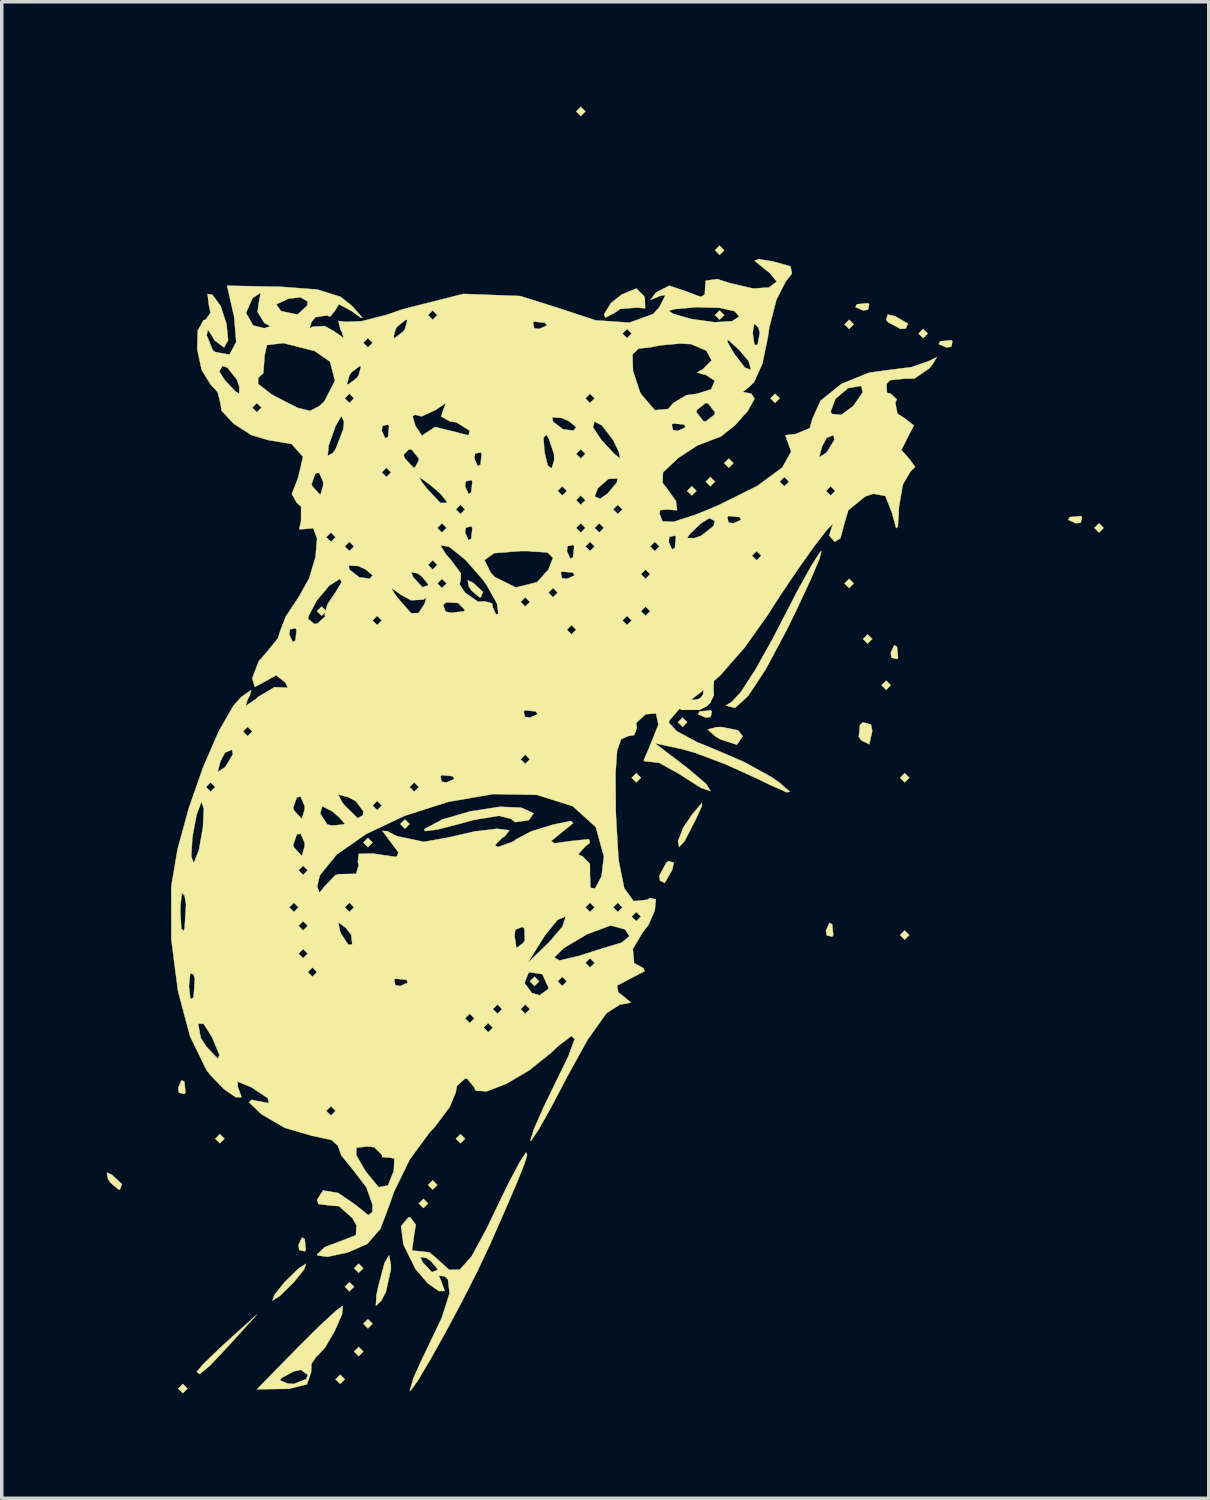
<source format=kicad_pcb>
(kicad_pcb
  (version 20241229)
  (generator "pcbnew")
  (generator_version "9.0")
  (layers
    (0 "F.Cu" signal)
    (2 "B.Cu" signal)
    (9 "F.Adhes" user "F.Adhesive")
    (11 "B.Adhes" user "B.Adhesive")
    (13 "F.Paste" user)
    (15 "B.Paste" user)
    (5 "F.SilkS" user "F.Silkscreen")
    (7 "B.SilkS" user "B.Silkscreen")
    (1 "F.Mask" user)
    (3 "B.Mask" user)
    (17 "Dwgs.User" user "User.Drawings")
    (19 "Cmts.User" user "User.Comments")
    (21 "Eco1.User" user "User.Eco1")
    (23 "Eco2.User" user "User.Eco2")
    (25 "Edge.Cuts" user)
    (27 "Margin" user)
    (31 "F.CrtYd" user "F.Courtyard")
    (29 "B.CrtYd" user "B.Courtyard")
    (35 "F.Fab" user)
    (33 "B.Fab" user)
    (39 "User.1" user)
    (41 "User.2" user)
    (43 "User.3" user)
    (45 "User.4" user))
  (footprint "koala3"
    (layer "F.Cu")
    (at 13.687 16.409)
    (property "Reference" "koala3" (at 0 0 0) (layer "F.SilkS") (effects (font (size 1.524 1.524) (thickness 0.3))))
    (attr through_hole)
    (fp_poly (pts (xy -11.377 20.241) (xy -11.509 20.373) (xy -11.642 20.241) (xy -11.509 20.108) (xy -11.377 20.241)) (stroke (width 0.01) (type solid)) (fill yes) (layer "F.SilkS"))
    (fp_poly (pts (xy -10.319 13.097) (xy -10.451 13.229) (xy -10.583 13.097) (xy -10.451 12.965) (xy -10.319 13.097)) (stroke (width 0.01) (type solid)) (fill yes) (layer "F.SilkS"))
    (fp_poly (pts (xy -7.408 -1.984) (xy -7.541 -1.852) (xy -7.673 -1.984) (xy -7.541 -2.117) (xy -7.408 -1.984)) (stroke (width 0.01) (type solid)) (fill yes) (layer "F.SilkS"))
    (fp_poly (pts (xy -6.879 19.976) (xy -7.011 20.108) (xy -7.144 19.976) (xy -7.011 19.844) (xy -6.879 19.976)) (stroke (width 0.01) (type solid)) (fill yes) (layer "F.SilkS"))
    (fp_poly (pts (xy -6.615 17.33) (xy -6.747 17.462) (xy -6.879 17.33) (xy -6.747 17.198) (xy -6.615 17.33)) (stroke (width 0.01) (type solid)) (fill yes) (layer "F.SilkS"))
    (fp_poly (pts (xy -6.35 16.801) (xy -6.482 16.933) (xy -6.615 16.801) (xy -6.482 16.669) (xy -6.35 16.801)) (stroke (width 0.01) (type solid)) (fill yes) (layer "F.SilkS"))
    (fp_poly (pts (xy -6.35 19.182) (xy -6.482 19.315) (xy -6.615 19.182) (xy -6.482 19.05) (xy -6.35 19.182)) (stroke (width 0.01) (type solid)) (fill yes) (layer "F.SilkS"))
    (fp_poly (pts (xy -6.085 4.63) (xy -6.218 4.763) (xy -6.35 4.63) (xy -6.218 4.498) (xy -6.085 4.63)) (stroke (width 0.01) (type solid)) (fill yes) (layer "F.SilkS"))
    (fp_poly (pts (xy -6.085 18.389) (xy -6.218 18.521) (xy -6.35 18.389) (xy -6.218 18.256) (xy -6.085 18.389)) (stroke (width 0.01) (type solid)) (fill yes) (layer "F.SilkS"))
    (fp_poly (pts (xy -5.027 4.101) (xy -5.159 4.233) (xy -5.292 4.101) (xy -5.159 3.969) (xy -5.027 4.101)) (stroke (width 0.01) (type solid)) (fill yes) (layer "F.SilkS"))
    (fp_poly (pts (xy -4.498 14.949) (xy -4.63 15.081) (xy -4.763 14.949) (xy -4.63 14.817) (xy -4.498 14.949)) (stroke (width 0.01) (type solid)) (fill yes) (layer "F.SilkS"))
    (fp_poly (pts (xy -4.233 14.42) (xy -4.366 14.552) (xy -4.498 14.42) (xy -4.366 14.287) (xy -4.233 14.42)) (stroke (width 0.01) (type solid)) (fill yes) (layer "F.SilkS"))
    (fp_poly (pts (xy -3.44 13.097) (xy -3.572 13.229) (xy -3.704 13.097) (xy -3.572 12.965) (xy -3.44 13.097)) (stroke (width 0.01) (type solid)) (fill yes) (layer "F.SilkS"))
    (fp_poly (pts (xy -1.323 8.599) (xy -1.455 8.731) (xy -1.587 8.599) (xy -1.455 8.467) (xy -1.323 8.599)) (stroke (width 0.01) (type solid)) (fill yes) (layer "F.SilkS"))
    (fp_poly (pts (xy 0 -16.272) (xy -0.132 -16.14) (xy -0.265 -16.272) (xy -0.132 -16.404) (xy 0 -16.272)) (stroke (width 0.01) (type solid)) (fill yes) (layer "F.SilkS"))
    (fp_poly (pts (xy 1.587 2.778) (xy 1.455 2.91) (xy 1.323 2.778) (xy 1.455 2.646) (xy 1.587 2.778)) (stroke (width 0.01) (type solid)) (fill yes) (layer "F.SilkS"))
    (fp_poly (pts (xy 2.91 1.191) (xy 2.778 1.323) (xy 2.646 1.191) (xy 2.778 1.058) (xy 2.91 1.191)) (stroke (width 0.01) (type solid)) (fill yes) (layer "F.SilkS"))
    (fp_poly (pts (xy 3.175 -5.424) (xy 3.043 -5.292) (xy 2.91 -5.424) (xy 3.043 -5.556) (xy 3.175 -5.424)) (stroke (width 0.01) (type solid)) (fill yes) (layer "F.SilkS"))
    (fp_poly (pts (xy 3.704 -5.689) (xy 3.572 -5.556) (xy 3.44 -5.689) (xy 3.572 -5.821) (xy 3.704 -5.689)) (stroke (width 0.01) (type solid)) (fill yes) (layer "F.SilkS"))
    (fp_poly (pts (xy 3.969 -12.303) (xy 3.836 -12.171) (xy 3.704 -12.303) (xy 3.836 -12.435) (xy 3.969 -12.303)) (stroke (width 0.01) (type solid)) (fill yes) (layer "F.SilkS"))
    (fp_poly (pts (xy 3.969 -10.451) (xy 3.836 -10.319) (xy 3.704 -10.451) (xy 3.836 -10.583) (xy 3.969 -10.451)) (stroke (width 0.01) (type solid)) (fill yes) (layer "F.SilkS"))
    (fp_poly (pts (xy 4.233 -6.218) (xy 4.101 -6.085) (xy 3.969 -6.218) (xy 4.101 -6.35) (xy 4.233 -6.218)) (stroke (width 0.01) (type solid)) (fill yes) (layer "F.SilkS"))
    (fp_poly (pts (xy 5.556 -8.07) (xy 5.424 -7.938) (xy 5.292 -8.07) (xy 5.424 -8.202) (xy 5.556 -8.07)) (stroke (width 0.01) (type solid)) (fill yes) (layer "F.SilkS"))
    (fp_poly (pts (xy 7.673 -10.186) (xy 7.541 -10.054) (xy 7.408 -10.186) (xy 7.541 -10.319) (xy 7.673 -10.186)) (stroke (width 0.01) (type solid)) (fill yes) (layer "F.SilkS"))
    (fp_poly (pts (xy 7.673 -2.778) (xy 7.541 -2.646) (xy 7.408 -2.778) (xy 7.541 -2.91) (xy 7.673 -2.778)) (stroke (width 0.01) (type solid)) (fill yes) (layer "F.SilkS"))
    (fp_poly (pts (xy 8.202 -1.191) (xy 8.07 -1.058) (xy 7.938 -1.191) (xy 8.07 -1.323) (xy 8.202 -1.191)) (stroke (width 0.01) (type solid)) (fill yes) (layer "F.SilkS"))
    (fp_poly (pts (xy 8.731 0.132) (xy 8.599 0.265) (xy 8.467 0.132) (xy 8.599 0) (xy 8.731 0.132)) (stroke (width 0.01) (type solid)) (fill yes) (layer "F.SilkS"))
    (fp_poly (pts (xy 9.26 2.778) (xy 9.128 2.91) (xy 8.996 2.778) (xy 9.128 2.646) (xy 9.26 2.778)) (stroke (width 0.01) (type solid)) (fill yes) (layer "F.SilkS"))
    (fp_poly (pts (xy 9.26 7.276) (xy 9.128 7.408) (xy 8.996 7.276) (xy 9.128 7.144) (xy 9.26 7.276)) (stroke (width 0.01) (type solid)) (fill yes) (layer "F.SilkS"))
    (fp_poly (pts (xy 9.79 -9.922) (xy 9.657 -9.79) (xy 9.525 -9.922) (xy 9.657 -10.054) (xy 9.79 -9.922)) (stroke (width 0.01) (type solid)) (fill yes) (layer "F.SilkS"))
    (fp_poly (pts (xy 14.817 -4.366) (xy 14.684 -4.233) (xy 14.552 -4.366) (xy 14.684 -4.498) (xy 14.817 -4.366)) (stroke (width 0.01) (type solid)) (fill yes) (layer "F.SilkS"))
    (fp_poly (pts (xy -11.465 11.465) (xy -11.434 11.779) (xy -11.465 11.818) (xy -11.623 11.782) (xy -11.642 11.642) (xy -11.545 11.424) (xy -11.465 11.465)) (stroke (width 0.01) (type solid)) (fill yes) (layer "F.SilkS"))
    (fp_poly (pts (xy -8.026 15.963) (xy -7.994 16.277) (xy -8.026 16.316) (xy -8.183 16.28) (xy -8.202 16.14) (xy -8.105 15.922) (xy -8.026 15.963)) (stroke (width 0.01) (type solid)) (fill yes) (layer "F.SilkS"))
    (fp_poly (pts (xy 3.616 0.882) (xy 3.58 1.039) (xy 3.44 1.058) (xy 3.222 0.962) (xy 3.263 0.882) (xy 3.577 0.85) (xy 3.616 0.882)) (stroke (width 0.01) (type solid)) (fill yes) (layer "F.SilkS"))
    (fp_poly (pts (xy 7.056 6.967) (xy 7.087 7.281) (xy 7.056 7.32) (xy 6.898 7.284) (xy 6.879 7.144) (xy 6.976 6.926) (xy 7.056 6.967)) (stroke (width 0.01) (type solid)) (fill yes) (layer "F.SilkS"))
    (fp_poly (pts (xy 8.114 -10.76) (xy 8.078 -10.602) (xy 7.938 -10.583) (xy 7.72 -10.68) (xy 7.761 -10.76) (xy 8.075 -10.791) (xy 8.114 -10.76)) (stroke (width 0.01) (type solid)) (fill yes) (layer "F.SilkS"))
    (fp_poly (pts (xy 8.908 -0.97) (xy 8.939 -0.656) (xy 8.908 -0.617) (xy 8.75 -0.654) (xy 8.731 -0.794) (xy 8.828 -1.012) (xy 8.908 -0.97)) (stroke (width 0.01) (type solid)) (fill yes) (layer "F.SilkS"))
    (fp_poly (pts (xy 10.495 -9.701) (xy 10.459 -9.544) (xy 10.319 -9.525) (xy 10.101 -9.622) (xy 10.142 -9.701) (xy 10.456 -9.733) (xy 10.495 -9.701)) (stroke (width 0.01) (type solid)) (fill yes) (layer "F.SilkS"))
    (fp_poly (pts (xy 14.199 -4.674) (xy 14.163 -4.517) (xy 14.023 -4.498) (xy 13.805 -4.595) (xy 13.847 -4.674) (xy 14.161 -4.706) (xy 14.199 -4.674)) (stroke (width 0.01) (type solid)) (fill yes) (layer "F.SilkS"))
    (fp_poly (pts (xy -13.535 14.13) (xy -13.251 14.396) (xy -13.309 14.55) (xy -13.346 14.552) (xy -13.57 14.364) (xy -13.651 14.247) (xy -13.682 14.066) (xy -13.535 14.13)) (stroke (width 0.01) (type solid)) (fill yes) (layer "F.SilkS"))
    (fp_poly (pts (xy -3.216 -2.803) (xy -2.932 -2.537) (xy -2.99 -2.384) (xy -3.027 -2.381) (xy -3.251 -2.569) (xy -3.333 -2.687) (xy -3.364 -2.868) (xy -3.216 -2.803)) (stroke (width 0.01) (type solid)) (fill yes) (layer "F.SilkS"))
    (fp_poly (pts (xy 2.529 5.204) (xy 2.482 5.41) (xy 2.269 5.783) (xy 2.131 5.72) (xy 2.117 5.572) (xy 2.309 5.213) (xy 2.378 5.161) (xy 2.529 5.204)) (stroke (width 0.01) (type solid)) (fill yes) (layer "F.SilkS"))
    (fp_poly (pts (xy 8.163 1.251) (xy 8.202 1.44) (xy 8.115 1.822) (xy 7.886 1.707) (xy 7.817 1.606) (xy 7.85 1.266) (xy 7.933 1.193) (xy 8.163 1.251)) (stroke (width 0.01) (type solid)) (fill yes) (layer "F.SilkS"))
    (fp_poly (pts (xy 8.85 -10.42) (xy 9.222 -10.206) (xy 9.16 -10.068) (xy 9.011 -10.054) (xy 8.653 -10.246) (xy 8.601 -10.316) (xy 8.643 -10.466) (xy 8.85 -10.42)) (stroke (width 0.01) (type solid)) (fill yes) (layer "F.SilkS"))
    (fp_poly (pts (xy -8.042 16.834) (xy -8.334 17.198) (xy -8.732 17.589) (xy -8.946 17.727) (xy -8.892 17.562) (xy -8.599 17.198) (xy -8.201 16.807) (xy -7.988 16.669) (xy -8.042 16.834)) (stroke (width 0.01) (type solid)) (fill yes) (layer "F.SilkS"))
    (fp_poly (pts (xy 3.331 3.585) (xy 3.154 3.969) (xy 2.838 4.587) (xy 2.681 4.759) (xy 2.646 4.593) (xy 2.797 4.204) (xy 3.057 3.821) (xy 3.331 3.496) (xy 3.331 3.585)) (stroke (width 0.01) (type solid)) (fill yes) (layer "F.SilkS"))
    (fp_poly (pts (xy 4.367 1.423) (xy 4.498 1.587) (xy 4.331 1.834) (xy 3.849 1.676) (xy 3.704 1.587) (xy 3.496 1.395) (xy 3.759 1.33) (xy 3.903 1.327) (xy 4.367 1.423)) (stroke (width 0.01) (type solid)) (fill yes) (layer "F.SilkS"))
    (fp_poly (pts (xy -10.17 18.984) (xy -10.734 19.585) (xy -11.027 19.828) (xy -11.112 19.764) (xy -11.113 19.761) (xy -10.935 19.551) (xy -10.489 19.118) (xy -10.253 18.901) (xy -9.393 18.124) (xy -10.17 18.984)) (stroke (width 0.01) (type solid)) (fill yes) (layer "F.SilkS"))
    (fp_poly (pts (xy -5.561 16.708) (xy -5.56 16.823) (xy -5.702 17.471) (xy -5.833 17.727) (xy -5.991 17.876) (xy -5.974 17.569) (xy -5.924 17.33) (xy -5.742 16.645) (xy -5.615 16.43) (xy -5.561 16.708)) (stroke (width 0.01) (type solid)) (fill yes) (layer "F.SilkS"))
    (fp_poly (pts (xy 1.676 -10.996) (xy 1.699 -10.938) (xy 1.708 -10.642) (xy 1.49 -10.665) (xy 0.999 -10.628) (xy 0.826 -10.51) (xy 0.573 -10.378) (xy 0.529 -10.467) (xy 0.729 -10.793) (xy 1.035 -11.036) (xy 1.455 -11.212) (xy 1.676 -10.996)) (stroke (width 0.01) (type solid)) (fill yes) (layer "F.SilkS"))
    (fp_poly (pts (xy -1.836 3.632) (xy -1.48 3.792) (xy -1.619 3.988) (xy -1.624 3.991) (xy -2.011 4.047) (xy -2.127 3.953) (xy -2.471 3.865) (xy -3.196 3.984) (xy -3.561 4.085) (xy -4.233 4.26) (xy -4.593 4.301) (xy -4.603 4.244) (xy -4.081 3.966) (xy -3.279 3.735) (xy -2.442 3.607) (xy -1.836 3.632)) (stroke (width 0.01) (type solid)) (fill yes) (layer "F.SilkS"))
    (fp_poly (pts (xy 6.694 -3.485) (xy 6.445 -2.897) (xy 6.046 -2.042) (xy 5.76 -1.455) (xy 5.152 -0.317) (xy 4.651 0.44) (xy 4.294 0.765) (xy 4.241 0.773) (xy 4.011 0.713) (xy 4.177 0.615) (xy 4.443 0.33) (xy 4.861 -0.316) (xy 5.359 -1.205) (xy 5.569 -1.613) (xy 6.05 -2.543) (xy 6.447 -3.261) (xy 6.698 -3.658) (xy 6.748 -3.704) (xy 6.694 -3.485)) (stroke (width 0.01) (type solid)) (fill yes) (layer "F.SilkS"))
    (fp_poly (pts (xy -6.959 18.124) (xy -7.165 18.591) (xy -7.437 19.059) (xy -7.663 19.309) (xy -7.686 19.315) (xy -7.832 19.532) (xy -7.842 19.778) (xy -7.964 20.123) (xy -8.473 20.247) (xy -8.599 20.251) (xy -9.393 20.261) (xy -9.141 20.004) (xy -8.731 20.004) (xy -8.515 20.097) (xy -8.334 20.108) (xy -7.982 19.97) (xy -7.938 19.852) (xy -8.131 19.706) (xy -8.334 19.748) (xy -8.683 19.936) (xy -8.731 20.004) (xy -9.141 20.004) (xy -8.202 19.046) (xy -7.581 18.43) (xy -7.124 18.009) (xy -6.935 17.877) (xy -6.959 18.124)) (stroke (width 0.01) (type solid)) (fill yes) (layer "F.SilkS"))
    (fp_poly (pts (xy -1.667 13.564) (xy -1.746 13.825) (xy -1.959 14.357) (xy -2.337 15.235) (xy -2.735 16.14) (xy -3.074 16.859) (xy -3.509 17.715) (xy -3.979 18.597) (xy -4.424 19.395) (xy -4.781 19.998) (xy -4.991 20.295) (xy -5.021 20.294) (xy -4.914 19.932) (xy -4.645 19.344) (xy -4.624 19.303) (xy -4.11 18.226) (xy -3.884 17.52) (xy -3.929 17.122) (xy -4.02 17.034) (xy -4.19 17.013) (xy -4.126 17.157) (xy -4.022 17.45) (xy -4.192 17.454) (xy -4.51 17.228) (xy -4.852 16.83) (xy -4.864 16.81) (xy -5.028 16.48) (xy -4.72 16.48) (xy -4.655 16.628) (xy -4.389 16.912) (xy -4.236 16.854) (xy -4.233 16.817) (xy -4.421 16.593) (xy -4.539 16.511) (xy -4.72 16.48) (xy -5.028 16.48) (xy -5.202 16.127) (xy -5.272 15.596) (xy -5.061 15.35) (xy -5.009 15.346) (xy -4.849 15.554) (xy -4.905 15.908) (xy -4.959 16.296) (xy -4.821 16.308) (xy -4.461 16.346) (xy -4.231 16.539) (xy -3.895 16.848) (xy -3.59 16.839) (xy -3.252 16.459) (xy -2.818 15.657) (xy -2.607 15.214) (xy -2.199 14.373) (xy -1.875 13.76) (xy -1.699 13.496) (xy -1.691 13.494) (xy -1.667 13.564)) (stroke (width 0.01) (type solid)) (fill yes) (layer "F.SilkS"))
    (fp_poly (pts (xy 5.374 -11.981) (xy 5.864 -11.845) (xy 5.905 -11.64) (xy 5.727 -11.41) (xy 5.46 -10.885) (xy 5.257 -10.095) (xy 5.218 -9.824) (xy 5.062 -9.064) (xy 4.823 -8.535) (xy 4.727 -8.439) (xy 4.504 -8.251) (xy 4.742 -8.206) (xy 4.836 -8.058) (xy 4.643 -7.711) (xy 4.283 -7.305) (xy 3.877 -6.981) (xy 3.592 -6.873) (xy 3.197 -6.72) (xy 2.646 -6.359) (xy 2.646 -6.358) (xy 2.219 -5.954) (xy 2.206 -5.652) (xy 2.315 -5.518) (xy 2.589 -5.133) (xy 2.622 -4.869) (xy 2.395 -4.887) (xy 2.381 -4.895) (xy 2.137 -4.874) (xy 2.117 -4.778) (xy 2.204 -4.553) (xy 2.524 -4.54) (xy 2.936 -4.674) (xy 4.057 -4.674) (xy 4.093 -4.517) (xy 4.233 -4.498) (xy 4.451 -4.595) (xy 4.41 -4.674) (xy 4.096 -4.706) (xy 4.057 -4.674) (xy 2.936 -4.674) (xy 3.168 -4.75) (xy 3.786 -5.006) (xy 4.629 -5.424) (xy 6.879 -5.424) (xy 7.011 -5.292) (xy 7.144 -5.424) (xy 7.011 -5.556) (xy 6.879 -5.424) (xy 4.629 -5.424) (xy 4.917 -5.567) (xy 5.082 -5.689) (xy 5.556 -5.689) (xy 5.689 -5.556) (xy 5.821 -5.689) (xy 5.689 -5.821) (xy 5.556 -5.689) (xy 5.082 -5.689) (xy 5.628 -6.091) (xy 5.791 -6.383) (xy 6.683 -6.383) (xy 6.877 -6.51) (xy 6.912 -6.544) (xy 7.121 -6.891) (xy 7.093 -7.018) (xy 6.896 -6.939) (xy 6.764 -6.692) (xy 6.683 -6.383) (xy 5.791 -6.383) (xy 5.882 -6.546) (xy 5.802 -6.77) (xy 5.717 -7.016) (xy 6.01 -7.05) (xy 6.414 -7.216) (xy 6.485 -7.471) (xy 6.586 -7.698) (xy 7.014 -7.698) (xy 7.041 -7.625) (xy 7.312 -7.596) (xy 7.661 -7.853) (xy 7.927 -8.24) (xy 7.89 -8.426) (xy 7.509 -8.362) (xy 7.147 -8.054) (xy 7.014 -7.698) (xy 6.586 -7.698) (xy 6.724 -8.004) (xy 7.322 -8.485) (xy 8.113 -8.804) (xy 8.605 -8.872) (xy 9.316 -8.962) (xy 9.797 -9.127) (xy 10.047 -9.248) (xy 9.928 -9.045) (xy 9.836 -8.93) (xy 9.407 -8.636) (xy 9.136 -8.633) (xy 8.716 -8.591) (xy 8.61 -8.485) (xy 8.623 -8.229) (xy 8.731 -8.202) (xy 8.903 -8.041) (xy 8.862 -7.936) (xy 8.921 -7.634) (xy 9.118 -7.508) (xy 9.391 -7.297) (xy 9.218 -6.96) (xy 9.035 -6.593) (xy 9.24 -6.363) (xy 9.428 -6.113) (xy 9.289 -5.971) (xy 9.075 -5.602) (xy 8.965 -4.963) (xy 8.965 -4.945) (xy 8.935 -4.401) (xy 8.883 -4.358) (xy 8.768 -4.787) (xy 8.766 -4.796) (xy 8.576 -5.279) (xy 8.238 -5.342) (xy 8.004 -5.267) (xy 7.518 -4.874) (xy 7.408 -4.506) (xy 7.293 -4.072) (xy 7.128 -3.969) (xy 6.97 -4.147) (xy 7.016 -4.299) (xy 7.076 -4.482) (xy 6.902 -4.306) (xy 6.554 -3.855) (xy 6.093 -3.209) (xy 5.581 -2.45) (xy 5.2 -1.857) (xy 4.552 -0.945) (xy 3.852 -0.145) (xy 3.285 0.345) (xy 2.717 0.776) (xy 2.405 1.134) (xy 2.385 1.205) (xy 2.61 1.446) (xy 3.189 1.758) (xy 3.638 1.94) (xy 4.531 2.323) (xy 5.318 2.756) (xy 5.556 2.924) (xy 5.844 3.176) (xy 5.76 3.196) (xy 5.267 2.976) (xy 4.895 2.794) (xy 3.99 2.385) (xy 3.141 2.066) (xy 2.778 1.963) (xy 1.984 1.79) (xy 2.896 2.482) (xy 3.456 2.956) (xy 3.581 3.16) (xy 3.307 3.069) (xy 2.666 2.66) (xy 2.657 2.654) (xy 2.111 2.353) (xy 1.744 2.307) (xy 1.72 2.323) (xy 1.667 2.277) (xy 1.816 1.936) (xy 2.087 1.258) (xy 2.02 0.938) (xy 1.721 0.962) (xy 1.453 1.211) (xy 1.472 1.351) (xy 1.398 1.556) (xy 1.218 1.587) (xy 1.021 1.674) (xy 0.907 1.997) (xy 0.861 2.652) (xy 0.869 3.732) (xy 0.872 3.832) (xy 0.948 5.128) (xy 1.111 5.939) (xy 1.379 6.305) (xy 1.766 6.266) (xy 1.853 6.217) (xy 2.015 6.254) (xy 1.984 6.575) (xy 1.802 6.987) (xy 1.638 7.199) (xy 1.357 7.672) (xy 1.393 8.077) (xy 1.654 8.219) (xy 1.694 8.309) (xy 1.329 8.497) (xy 0.904 8.719) (xy 0.94 8.915) (xy 1.065 9.005) (xy 1.299 9.204) (xy 1.036 9.256) (xy 0.995 9.256) (xy 0.6 9.512) (xy 0.06 10.272) (xy -0.513 11.311) (xy -0.979 12.199) (xy -1.342 12.844) (xy -1.548 13.151) (xy -1.574 13.154) (xy -1.47 12.82) (xy -1.189 12.181) (xy -0.926 11.642) (xy -0.484 10.731) (xy -0.308 10.248) (xy -0.401 10.161) (xy -0.765 10.438) (xy -0.992 10.649) (xy -1.611 11.145) (xy -2.266 11.53) (xy -2.821 11.743) (xy -3.142 11.723) (xy -3.175 11.635) (xy -3.377 11.385) (xy -3.44 11.377) (xy -3.676 11.591) (xy -3.704 11.765) (xy -3.878 12.189) (xy -4.309 12.764) (xy -4.46 12.926) (xy -5.017 13.684) (xy -5.477 14.624) (xy -5.567 14.89) (xy -5.861 15.674) (xy -6.24 16.108) (xy -6.796 16.35) (xy -7.375 16.475) (xy -7.665 16.434) (xy -7.673 16.408) (xy -7.449 16.194) (xy -7.012 16.031) (xy -6.56 15.855) (xy -6.549 15.569) (xy -6.663 15.367) (xy -7.044 15.026) (xy -7.323 15.004) (xy -7.633 14.965) (xy -7.673 14.845) (xy -7.5 14.577) (xy -7.069 14.648) (xy -6.569 14.99) (xy -6.21 15.281) (xy -6.095 15.201) (xy -6.085 14.99) (xy -6.262 14.488) (xy -6.615 14.023) (xy -6.978 13.576) (xy -6.982 13.564) (xy -6.553 13.564) (xy -6.286 14.027) (xy -5.911 14.484) (xy -5.645 14.434) (xy -5.479 14.023) (xy -5.462 13.664) (xy -5.581 13.641) (xy -5.808 13.623) (xy -5.821 13.553) (xy -6.036 13.344) (xy -6.218 13.317) (xy -6.546 13.356) (xy -6.553 13.564) (xy -6.982 13.564) (xy -7.078 13.295) (xy -7.258 13.134) (xy -7.785 13.02) (xy -7.805 13.018) (xy -8.598 12.786) (xy -9.26 12.398) (xy -9.36 12.303) (xy -7.408 12.303) (xy -7.276 12.435) (xy -7.144 12.303) (xy -7.276 12.171) (xy -7.408 12.303) (xy -9.36 12.303) (xy -9.62 12.056) (xy -9.539 11.983) (xy -9.459 12.006) (xy -9.052 12.079) (xy -9.081 11.937) (xy -9.529 11.64) (xy -9.557 11.625) (xy -9.944 11.464) (xy -9.938 11.615) (xy -9.83 11.91) (xy -10.001 11.91) (xy -10.338 11.677) (xy -10.728 11.272) (xy -10.836 11.13) (xy -11.303 10.172) (xy -11.4 9.807) (xy -11.071 9.807) (xy -10.999 10.211) (xy -10.841 10.46) (xy -10.511 10.807) (xy -10.461 10.711) (xy -10.674 10.195) (xy -10.848 9.922) (xy -2.91 9.922) (xy -2.778 10.054) (xy -2.646 9.922) (xy -2.778 9.79) (xy -2.91 9.922) (xy -10.848 9.922) (xy -10.92 9.81) (xy -11.071 9.807) (xy -11.4 9.807) (xy -11.44 9.657) (xy -3.44 9.657) (xy -3.307 9.79) (xy -3.175 9.657) (xy -3.307 9.525) (xy -3.44 9.657) (xy -11.44 9.657) (xy -11.51 9.393) (xy -2.646 9.393) (xy -2.514 9.525) (xy -2.381 9.393) (xy -1.852 9.393) (xy -1.72 9.525) (xy -1.587 9.393) (xy -1.72 9.26) (xy -1.852 9.393) (xy -2.381 9.393) (xy -2.514 9.26) (xy -2.646 9.393) (xy -11.51 9.393) (xy -11.649 8.87) (xy -11.667 8.731) (xy -11.335 8.731) (xy -11.294 9.107) (xy -11.202 9.062) (xy -11.169 8.555) (xy -5.468 8.555) (xy -5.432 8.712) (xy -5.292 8.731) (xy -5.098 8.645) (xy -1.74 8.645) (xy -1.528 8.933) (xy -1.307 8.996) (xy -1.063 8.818) (xy -1.058 8.775) (xy -1.138 8.599) (xy -0.794 8.599) (xy -0.661 8.731) (xy -0.529 8.599) (xy -0.661 8.467) (xy -0.794 8.599) (xy -1.138 8.599) (xy -1.231 8.392) (xy -1.589 8.339) (xy -1.629 8.36) (xy -1.74 8.645) (xy -5.098 8.645) (xy -5.074 8.634) (xy -5.115 8.555) (xy -5.429 8.523) (xy -5.468 8.555) (xy -11.169 8.555) (xy -11.167 8.52) (xy -11.202 8.401) (xy -11.298 8.367) (xy -11.335 8.731) (xy -11.667 8.731) (xy -11.719 8.334) (xy -7.938 8.334) (xy -7.805 8.467) (xy -7.673 8.334) (xy -7.805 8.202) (xy -7.938 8.334) (xy -11.719 8.334) (xy -11.753 8.07) (xy -1.651 8.07) (xy -1.488 7.913) (xy -0.889 7.913) (xy -0.745 8.002) (xy -0.2 7.875) (xy 0.503 7.651) (xy 1.022 7.496) (xy 1.036 7.492) (xy 1.258 7.306) (xy 1.133 7.113) (xy 0.724 7) (xy 0.047 7.252) (xy -0.618 7.647) (xy -0.889 7.913) (xy -1.488 7.913) (xy -1.039 7.482) (xy -0.66 7.039) (xy -0.566 6.757) (xy -0.573 6.747) (xy 1.323 6.747) (xy 1.455 6.879) (xy 1.587 6.747) (xy 1.455 6.615) (xy 1.323 6.747) (xy -0.573 6.747) (xy -0.574 6.746) (xy -0.796 6.84) (xy -1.143 7.266) (xy -1.187 7.334) (xy -1.651 8.07) (xy 0 8.07) (xy 0.132 8.202) (xy 0.265 8.07) (xy 0.132 7.938) (xy 0 8.07) (xy -1.651 8.07) (xy -11.753 8.07) (xy -11.787 7.805) (xy -8.202 7.805) (xy -8.07 7.938) (xy -7.938 7.805) (xy -8.07 7.673) (xy -8.202 7.805) (xy -11.787 7.805) (xy -11.839 7.403) (xy -11.84 6.615) (xy -11.58 6.615) (xy -11.553 7.096) (xy -11.484 7.153) (xy -11.459 7.078) (xy -11.455 7.011) (xy -8.202 7.011) (xy -8.07 7.144) (xy -7.938 7.011) (xy -8.043 6.906) (xy -7.069 6.906) (xy -7.013 7.171) (xy -6.994 7.221) (xy -6.785 7.545) (xy -6.666 7.548) (xy -6.693 7.288) (xy -2.028 7.288) (xy -1.971 7.647) (xy -1.779 7.501) (xy -1.731 7.427) (xy -1.744 7.093) (xy -1.804 7.041) (xy -2.001 7.12) (xy -2.028 7.288) (xy -6.693 7.288) (xy -6.695 7.268) (xy -6.846 7.073) (xy -7.069 6.906) (xy -8.043 6.906) (xy -8.07 6.879) (xy -8.202 7.011) (xy -11.455 7.011) (xy -11.423 6.482) (xy -8.467 6.482) (xy -8.334 6.615) (xy -8.202 6.482) (xy -6.879 6.482) (xy -6.747 6.615) (xy -6.615 6.482) (xy 0 6.482) (xy 0.132 6.615) (xy 0.265 6.482) (xy 0.794 6.482) (xy 0.926 6.615) (xy 1.058 6.482) (xy 0.926 6.35) (xy 0.794 6.482) (xy 0.265 6.482) (xy 0.132 6.35) (xy 0 6.482) (xy -6.615 6.482) (xy -6.747 6.35) (xy -6.879 6.482) (xy -8.202 6.482) (xy -8.334 6.35) (xy -8.467 6.482) (xy -11.423 6.482) (xy -11.418 6.407) (xy -11.459 6.152) (xy -11.536 6.069) (xy -11.578 6.435) (xy -11.58 6.615) (xy -11.84 6.615) (xy -11.841 5.949) (xy -11.836 5.887) (xy -7.669 5.887) (xy -7.603 6.063) (xy -7.441 5.864) (xy -7.152 5.564) (xy -7.048 5.534) (xy -6.555 5.524) (xy -6.48 5.271) (xy -6.506 5.193) (xy -6.479 4.952) (xy -6.062 4.944) (xy -5.902 4.971) (xy -5.403 5.041) (xy -5.343 4.916) (xy -5.556 4.63) (xy -5.806 4.296) (xy -5.668 4.304) (xy -5.392 4.446) (xy -4.616 4.61) (xy -3.938 4.489) (xy -3.167 4.312) (xy -2.533 4.237) (xy -2.515 4.237) (xy -2.167 4.28) (xy -2.307 4.449) (xy -2.381 4.498) (xy -2.587 4.709) (xy -2.5 4.758) (xy -2.06 4.601) (xy -1.971 4.532) (xy -1.548 4.31) (xy -0.926 4.118) (xy -0.408 4.012) (xy -0.349 4.077) (xy -0.656 4.323) (xy -0.978 4.587) (xy -0.883 4.652) (xy -0.392 4.584) (xy 0.101 4.534) (xy 0.13 4.634) (xy 0 4.738) (xy -0.208 4.97) (xy -0.081 5.023) (xy 0.129 5.24) (xy 0.131 5.563) (xy 0.145 5.924) (xy 0.278 5.945) (xy 0.461 5.593) (xy 0.529 5.029) (xy 0.296 4.188) (xy -0.364 3.589) (xy -1.39 3.266) (xy -2.633 3.244) (xy -3.923 3.467) (xy -5.17 3.866) (xy -6.268 4.386) (xy -7.111 4.973) (xy -7.595 5.57) (xy -7.669 5.887) (xy -11.836 5.887) (xy -11.831 5.821) (xy -11.763 5.424) (xy -8.202 5.424) (xy -8.07 5.556) (xy -7.938 5.424) (xy -8.07 5.292) (xy -8.202 5.424) (xy -11.763 5.424) (xy -11.695 5.022) (xy -11.269 5.022) (xy -11.203 5.201) (xy -11.186 5.189) (xy -11.048 4.837) (xy -11.024 4.702) (xy -8.358 4.702) (xy -8.323 4.781) (xy -8.106 5.012) (xy -8.027 4.74) (xy -8.026 4.642) (xy -8.142 4.376) (xy -8.25 4.396) (xy -8.358 4.702) (xy -11.024 4.702) (xy -10.937 4.208) (xy -10.934 4.187) (xy -10.91 3.657) (xy -10.914 3.644) (xy -8.358 3.644) (xy -8.323 3.722) (xy -8.106 3.954) (xy -8.061 3.797) (xy -7.585 3.797) (xy -7.376 4.115) (xy -7.232 4.145) (xy -6.908 4.111) (xy -6.879 4.089) (xy -7.051 3.899) (xy -7.232 3.741) (xy -7.523 3.593) (xy -7.585 3.797) (xy -8.061 3.797) (xy -8.027 3.681) (xy -8.026 3.584) (xy -8.142 3.318) (xy -8.25 3.337) (xy -8.358 3.644) (xy -10.914 3.644) (xy -10.972 3.479) (xy -10.985 3.489) (xy -11.114 3.827) (xy -11.232 4.45) (xy -11.237 4.49) (xy -11.269 5.022) (xy -11.695 5.022) (xy -11.659 4.813) (xy -11.34 3.649) (xy -11.205 3.262) (xy -7.07 3.262) (xy -6.948 3.487) (xy -6.884 3.566) (xy -6.511 3.933) (xy -6.358 3.848) (xy -6.35 3.732) (xy -6.47 3.572) (xy -6.085 3.572) (xy -5.953 3.704) (xy -5.821 3.572) (xy -5.953 3.44) (xy -6.085 3.572) (xy -6.47 3.572) (xy -6.562 3.448) (xy -6.784 3.33) (xy -7.07 3.262) (xy -11.205 3.262) (xy -11.128 3.043) (xy -10.848 3.043) (xy -10.716 3.175) (xy -10.583 3.043) (xy -5.027 3.043) (xy -4.895 3.175) (xy -4.763 3.043) (xy -4.895 2.91) (xy -5.027 3.043) (xy -10.583 3.043) (xy -10.716 2.91) (xy -10.848 3.043) (xy -11.128 3.043) (xy -11.02 2.734) (xy -4.145 2.734) (xy -4.109 2.891) (xy -3.969 2.91) (xy -3.751 2.814) (xy -3.792 2.734) (xy -4.106 2.702) (xy -4.145 2.734) (xy -11.02 2.734) (xy -10.978 2.613) (xy -10.515 2.613) (xy -10.321 2.486) (xy -10.286 2.452) (xy -10.164 2.249) (xy -1.852 2.249) (xy -1.72 2.381) (xy -1.587 2.249) (xy -1.72 2.117) (xy -1.852 2.249) (xy -10.164 2.249) (xy -10.077 2.105) (xy -10.105 1.977) (xy -10.302 2.057) (xy -10.434 2.304) (xy -10.515 2.613) (xy -10.978 2.613) (xy -10.93 2.477) (xy -10.487 1.455) (xy -9.79 1.455) (xy -9.657 1.587) (xy -9.525 1.455) (xy -9.657 1.323) (xy -9.79 1.455) (xy -10.487 1.455) (xy -10.483 1.447) (xy -10.157 0.882) (xy -1.764 0.882) (xy -1.728 1.039) (xy -1.587 1.058) (xy -1.37 0.962) (xy -1.411 0.882) (xy -1.725 0.85) (xy -1.764 0.882) (xy -10.157 0.882) (xy -10.055 0.706) (xy -9.848 0.477) (xy -9.555 0.268) (xy -9.597 0.431) (xy -9.652 0.529) (xy -9.715 0.726) (xy -9.444 0.543) (xy -9.351 0.462) (xy -8.888 0.186) (xy -8.601 0.198) (xy -8.509 0.203) (xy -8.58 0.053) (xy -8.842 -0.152) (xy -9.152 0.02) (xy -9.452 0.183) (xy -9.525 -0.067) (xy -9.337 -0.561) (xy -9.128 -0.794) (xy -8.791 -1.21) (xy -8.756 -1.323) (xy -8.467 -1.323) (xy -8.37 -1.105) (xy -8.29 -1.147) (xy -8.259 -1.455) (xy -0.529 -1.455) (xy -0.397 -1.323) (xy -0.265 -1.455) (xy -0.397 -1.587) (xy -0.529 -1.455) (xy -8.259 -1.455) (xy -8.259 -1.461) (xy -8.29 -1.499) (xy -8.448 -1.463) (xy -8.467 -1.323) (xy -8.756 -1.323) (xy -8.725 -1.421) (xy -8.594 -1.764) (xy -7.929 -1.764) (xy -7.75 -1.619) (xy -7.653 -1.638) (xy -7.564 -1.72) (xy -6.085 -1.72) (xy -5.953 -1.587) (xy -5.821 -1.72) (xy 1.058 -1.72) (xy 1.191 -1.587) (xy 1.323 -1.72) (xy 1.191 -1.852) (xy 1.058 -1.72) (xy -5.821 -1.72) (xy -5.953 -1.852) (xy -6.085 -1.72) (xy -7.564 -1.72) (xy -7.442 -1.83) (xy -7.455 -1.884) (xy -7.377 -2.181) (xy -7.177 -2.473) (xy -7.072 -2.647) (xy -5.545 -2.647) (xy -5.461 -2.491) (xy -5.325 -2.315) (xy -4.98 -1.924) (xy -4.772 -1.932) (xy -4.615 -2.165) (xy -4.071 -2.165) (xy -3.993 -1.968) (xy -3.825 -1.94) (xy -3.479 -1.981) (xy -3.44 -2.013) (xy -3.637 -2.219) (xy -3.976 -2.238) (xy -4.071 -2.165) (xy -4.615 -2.165) (xy -4.603 -2.183) (xy -4.546 -2.371) (xy -4.63 -2.317) (xy -4.984 -2.296) (xy -5.267 -2.45) (xy -5.545 -2.647) (xy -7.072 -2.647) (xy -6.97 -2.814) (xy -7.016 -2.91) (xy -7.326 -2.714) (xy -7.688 -2.28) (xy -7.915 -1.846) (xy -7.929 -1.764) (xy -8.594 -1.764) (xy -8.57 -1.825) (xy -8.204 -2.379) (xy -8.202 -2.381) (xy -7.899 -2.924) (xy -7.788 -3.294) (xy -6.769 -3.294) (xy -6.745 -3.172) (xy -6.462 -2.953) (xy -6.159 -2.916) (xy -6.085 -3.014) (xy -6.189 -3.099) (xy -4.984 -3.099) (xy -4.92 -2.951) (xy -4.654 -2.667) (xy -4.5 -2.726) (xy -4.498 -2.763) (xy -4.511 -2.778) (xy -4.233 -2.778) (xy -4.101 -2.646) (xy -3.969 -2.778) (xy -4.101 -2.91) (xy -4.233 -2.778) (xy -4.511 -2.778) (xy -4.686 -2.986) (xy -4.803 -3.068) (xy -4.984 -3.099) (xy -6.189 -3.099) (xy -6.293 -3.184) (xy -6.496 -3.276) (xy -6.769 -3.294) (xy -7.788 -3.294) (xy -7.784 -3.307) (xy -4.498 -3.307) (xy -4.366 -3.175) (xy -4.233 -3.307) (xy -4.366 -3.44) (xy -4.498 -3.307) (xy -7.784 -3.307) (xy -7.716 -3.534) (xy -7.691 -3.836) (xy -6.879 -3.836) (xy -6.747 -3.704) (xy -6.615 -3.836) (xy -6.642 -3.864) (xy -4.144 -3.864) (xy -3.984 -3.607) (xy -3.847 -3.451) (xy -3.559 -3.065) (xy -3.563 -2.91) (xy -3.595 -2.748) (xy -3.442 -2.516) (xy -3.069 -2.255) (xy -2.88 -2.267) (xy -2.666 -2.207) (xy -2.646 -2.088) (xy -2.553 -1.884) (xy -2.49 -1.919) (xy -2.499 -1.984) (xy 1.587 -1.984) (xy 1.72 -1.852) (xy 1.852 -1.984) (xy 1.72 -2.117) (xy 1.587 -1.984) (xy -2.499 -1.984) (xy -2.53 -2.209) (xy -2.553 -2.249) (xy -1.852 -2.249) (xy -1.72 -2.117) (xy -1.587 -2.249) (xy -1.72 -2.381) (xy -1.852 -2.249) (xy -2.553 -2.249) (xy -2.702 -2.514) (xy -1.058 -2.514) (xy -0.926 -2.381) (xy -0.794 -2.514) (xy -0.926 -2.646) (xy -1.058 -2.514) (xy -2.702 -2.514) (xy -2.824 -2.731) (xy -2.927 -2.877) (xy -3.422 -3.446) (xy -2.886 -3.446) (xy -2.704 -3.081) (xy -2.593 -2.963) (xy -1.988 -2.663) (xy -1.379 -2.814) (xy -1.137 -3.087) (xy -0.706 -3.087) (xy -0.669 -2.93) (xy -0.529 -2.91) (xy -0.311 -3.007) (xy -0.33 -3.043) (xy 1.587 -3.043) (xy 1.72 -2.91) (xy 1.852 -3.043) (xy 1.72 -3.175) (xy 1.587 -3.043) (xy -0.33 -3.043) (xy -0.353 -3.087) (xy -0.667 -3.118) (xy -0.706 -3.087) (xy -1.137 -3.087) (xy -1.058 -3.175) (xy -0.926 -3.511) (xy -1.084 -3.663) (xy -1.638 -3.703) (xy -1.843 -3.704) (xy -0.529 -3.704) (xy -0.432 -3.486) (xy -0.353 -3.528) (xy -0.348 -3.572) (xy 4.763 -3.572) (xy 4.895 -3.44) (xy 5.027 -3.572) (xy 4.895 -3.704) (xy 4.763 -3.572) (xy -0.348 -3.572) (xy -0.322 -3.836) (xy 0 -3.836) (xy 0.132 -3.704) (xy 0.265 -3.836) (xy 1.852 -3.836) (xy 1.984 -3.704) (xy 2.117 -3.836) (xy 1.984 -3.969) (xy 2.381 -3.969) (xy 2.478 -3.751) (xy 2.558 -3.792) (xy 2.586 -4.077) (xy 2.91 -4.077) (xy 3.111 -4.074) (xy 3.307 -4.138) (xy 3.658 -4.415) (xy 3.704 -4.559) (xy 3.547 -4.646) (xy 3.307 -4.498) (xy 2.979 -4.185) (xy 2.91 -4.077) (xy 2.586 -4.077) (xy 2.589 -4.106) (xy 2.558 -4.145) (xy 2.4 -4.109) (xy 2.381 -3.969) (xy 1.984 -3.969) (xy 1.852 -3.836) (xy 0.265 -3.836) (xy 0.132 -3.969) (xy 0 -3.836) (xy -0.322 -3.836) (xy -0.321 -3.842) (xy -0.353 -3.881) (xy -0.51 -3.844) (xy -0.529 -3.704) (xy -1.843 -3.704) (xy -2.609 -3.644) (xy -2.886 -3.446) (xy -3.422 -3.446) (xy -3.425 -3.449) (xy -3.874 -3.81) (xy -3.928 -3.835) (xy -4.144 -3.864) (xy -6.642 -3.864) (xy -6.747 -3.969) (xy -6.879 -3.836) (xy -7.691 -3.836) (xy -7.672 -4.063) (xy -7.686 -4.101) (xy -7.408 -4.101) (xy -7.276 -3.969) (xy -7.144 -4.101) (xy -7.276 -4.233) (xy -7.408 -4.101) (xy -7.686 -4.101) (xy -7.783 -4.36) (xy -7.982 -4.338) (xy -8.183 -4.325) (xy -8.174 -4.366) (xy -4.233 -4.366) (xy -4.101 -4.233) (xy -3.44 -4.233) (xy -3.343 -4.016) (xy -3.263 -4.057) (xy -3.232 -4.366) (xy -0.265 -4.366) (xy -0.132 -4.233) (xy 0 -4.366) (xy 0.265 -4.366) (xy 0.397 -4.233) (xy 0.529 -4.366) (xy 0.397 -4.498) (xy 0.265 -4.366) (xy 0 -4.366) (xy -0.132 -4.498) (xy -0.265 -4.366) (xy -3.232 -4.366) (xy -3.232 -4.371) (xy -3.263 -4.41) (xy -3.42 -4.373) (xy -3.44 -4.233) (xy -4.101 -4.233) (xy -3.969 -4.366) (xy -4.101 -4.498) (xy -4.233 -4.366) (xy -8.174 -4.366) (xy -8.13 -4.57) (xy -8.129 -4.895) (xy -3.704 -4.895) (xy -3.572 -4.763) (xy -3.44 -4.895) (xy 0.794 -4.895) (xy 0.926 -4.763) (xy 1.058 -4.895) (xy 0.926 -5.027) (xy 0.794 -4.895) (xy -3.44 -4.895) (xy -3.572 -5.027) (xy -3.704 -4.895) (xy -8.129 -4.895) (xy -8.129 -4.976) (xy -8.255 -5.089) (xy -8.393 -5.337) (xy -8.284 -5.616) (xy -7.829 -5.616) (xy -7.794 -5.538) (xy -7.577 -5.307) (xy -7.498 -5.579) (xy -7.497 -5.677) (xy -7.559 -5.819) (xy -4.745 -5.819) (xy -4.679 -5.682) (xy -4.532 -5.49) (xy -4.145 -5.079) (xy -3.973 -5.081) (xy -3.969 -5.127) (xy -3.995 -5.159) (xy -0.265 -5.159) (xy -0.132 -5.027) (xy 0 -5.159) (xy -0.106 -5.266) (xy 0.265 -5.266) (xy 0.417 -5.196) (xy 0.635 -5.347) (xy 0.902 -5.67) (xy 0.917 -5.781) (xy 0.653 -5.764) (xy 0.356 -5.5) (xy 0.265 -5.266) (xy -0.106 -5.266) (xy -0.132 -5.292) (xy -0.265 -5.159) (xy -3.995 -5.159) (xy -4.15 -5.348) (xy -4.392 -5.556) (xy -3.44 -5.556) (xy -3.343 -5.338) (xy -3.263 -5.38) (xy -3.259 -5.424) (xy -0.794 -5.424) (xy -0.661 -5.292) (xy -0.529 -5.424) (xy -0.661 -5.556) (xy -0.794 -5.424) (xy -3.259 -5.424) (xy -3.232 -5.694) (xy -3.263 -5.733) (xy -3.42 -5.696) (xy -3.44 -5.556) (xy -4.392 -5.556) (xy -4.432 -5.59) (xy -4.745 -5.819) (xy -7.559 -5.819) (xy -7.613 -5.942) (xy -7.721 -5.923) (xy -7.829 -5.616) (xy -8.284 -5.616) (xy -8.213 -5.801) (xy -8.177 -5.953) (xy -5.821 -5.953) (xy -5.689 -5.821) (xy -5.556 -5.953) (xy -5.689 -6.085) (xy -5.821 -5.953) (xy -8.177 -5.953) (xy -8.074 -6.4) (xy -8.097 -6.426) (xy -7.367 -6.426) (xy -7.319 -6.452) (xy -5.201 -6.452) (xy -5.159 -6.35) (xy -4.922 -6.098) (xy -4.879 -6.085) (xy -4.766 -6.29) (xy -4.763 -6.35) (xy -3.175 -6.35) (xy -3.078 -6.132) (xy -2.999 -6.174) (xy -2.967 -6.488) (xy -2.999 -6.526) (xy -3.156 -6.49) (xy -3.175 -6.35) (xy -4.763 -6.35) (xy -4.966 -6.604) (xy -5.043 -6.615) (xy -5.201 -6.452) (xy -7.319 -6.452) (xy -7.219 -6.508) (xy -7.144 -6.615) (xy -6.938 -7.144) (xy -5.821 -7.144) (xy -5.724 -6.926) (xy -5.694 -6.942) (xy -1.199 -6.942) (xy -1.17 -6.545) (xy -1.079 -6.152) (xy -0.965 -6.067) (xy -0.89 -6.312) (xy -0.898 -6.475) (xy -0.9 -6.482) (xy -0.265 -6.482) (xy -0.132 -6.35) (xy 0 -6.482) (xy -0.132 -6.615) (xy -0.265 -6.482) (xy -0.9 -6.482) (xy -1.049 -6.931) (xy -1.119 -7.028) (xy -1.199 -6.942) (xy -5.694 -6.942) (xy -5.644 -6.967) (xy -5.613 -7.281) (xy -5.644 -7.32) (xy -5.802 -7.284) (xy -5.821 -7.144) (xy -6.938 -7.144) (xy -6.924 -7.179) (xy -6.902 -7.408) (xy -6.973 -7.557) (xy -4.94 -7.557) (xy -4.86 -7.281) (xy -4.67 -7) (xy -4.564 -7.078) (xy -4.296 -7.251) (xy -3.804 -7.131) (xy -3.343 -7.012) (xy -3.308 -7.145) (xy -3.689 -7.385) (xy -3.868 -7.408) (xy -4.082 -7.528) (xy -0.948 -7.528) (xy -0.924 -7.405) (xy -0.641 -7.186) (xy -0.338 -7.149) (xy -0.268 -7.243) (xy 0.216 -7.243) (xy 0.458 -6.879) (xy 0.823 -6.486) (xy 0.994 -6.35) (xy 0.953 -6.546) (xy 0.794 -6.879) (xy 0.471 -7.298) (xy 0.428 -7.32) (xy 2.469 -7.32) (xy 2.506 -7.163) (xy 2.646 -7.144) (xy 2.864 -7.241) (xy 2.822 -7.32) (xy 2.508 -7.352) (xy 2.469 -7.32) (xy 0.428 -7.32) (xy 0.258 -7.408) (xy 0.216 -7.243) (xy -0.268 -7.243) (xy -0.265 -7.248) (xy -0.472 -7.418) (xy -0.675 -7.509) (xy -0.948 -7.528) (xy -4.082 -7.528) (xy -4.124 -7.551) (xy -4.086 -7.673) (xy 3.175 -7.673) (xy 3.376 -7.416) (xy 3.44 -7.408) (xy 3.696 -7.61) (xy 3.704 -7.673) (xy 3.503 -7.93) (xy 3.44 -7.938) (xy 3.183 -7.736) (xy 3.175 -7.673) (xy -4.086 -7.673) (xy -4.066 -7.739) (xy -3.985 -7.937) (xy -4.233 -7.774) (xy -4.273 -7.741) (xy -4.686 -7.553) (xy -4.867 -7.601) (xy -4.94 -7.557) (xy -6.973 -7.557) (xy -6.977 -7.567) (xy -7.144 -7.276) (xy -7.342 -6.715) (xy -7.367 -6.426) (xy -8.097 -6.426) (xy -8.402 -6.765) (xy -9.059 -6.875) (xy -9.544 -7.017) (xy -10.051 -7.342) (xy -10.399 -7.712) (xy -10.415 -7.805) (xy -9.525 -7.805) (xy -9.393 -7.673) (xy -9.26 -7.805) (xy -9.393 -7.938) (xy -9.525 -7.805) (xy -10.415 -7.805) (xy -10.44 -7.955) (xy -10.517 -8.252) (xy -10.719 -8.469) (xy -10.945 -8.839) (xy -10.467 -8.839) (xy -10.319 -8.599) (xy -10.006 -8.27) (xy -9.898 -8.202) (xy -9.895 -8.402) (xy -9.921 -8.484) (xy -9.358 -8.484) (xy -8.979 -8.19) (xy -8.864 -8.124) (xy -8.228 -7.798) (xy -7.871 -7.712) (xy -7.608 -7.849) (xy -7.461 -7.99) (xy -7.42 -8.07) (xy -6.879 -8.07) (xy -6.747 -7.938) (xy -6.615 -8.07) (xy 0 -8.07) (xy 0.132 -7.938) (xy 0.265 -8.07) (xy 0.132 -8.202) (xy 0 -8.07) (xy -6.615 -8.07) (xy -6.747 -8.202) (xy -6.879 -8.07) (xy -7.42 -8.07) (xy -7.205 -8.484) (xy -6.814 -8.484) (xy -6.778 -8.467) (xy -6.537 -8.653) (xy -6.482 -8.731) (xy -6.415 -8.979) (xy -6.451 -8.996) (xy -6.693 -8.81) (xy -6.747 -8.731) (xy -6.814 -8.484) (xy -7.205 -8.484) (xy -7.16 -8.571) (xy -7.303 -9.12) (xy -7.597 -9.324) (xy 1.346 -9.324) (xy 1.361 -8.852) (xy 1.556 -8.265) (xy 1.597 -8.185) (xy 1.987 -7.731) (xy 2.37 -7.767) (xy 2.514 -7.938) (xy 2.887 -8.16) (xy 3.191 -8.202) (xy 3.595 -8.328) (xy 3.699 -8.574) (xy 3.437 -8.746) (xy 3.373 -8.752) (xy 3.192 -8.812) (xy 3.359 -8.902) (xy 3.607 -9.154) (xy 3.458 -9.434) (xy 3.021 -9.62) (xy 2.704 -9.637) (xy 2.127 -9.583) (xy 1.852 -9.528) (xy 1.521 -9.494) (xy 1.346 -9.324) (xy -7.597 -9.324) (xy -7.739 -9.422) (xy -8.634 -9.649) (xy -9.107 -9.593) (xy -9.181 -9.249) (xy -9.176 -9.23) (xy -9.209 -8.789) (xy -9.355 -8.655) (xy -9.358 -8.484) (xy -9.921 -8.484) (xy -9.958 -8.599) (xy -10.236 -8.949) (xy -10.379 -8.996) (xy -10.467 -8.839) (xy -10.945 -8.839) (xy -10.97 -8.88) (xy -11.097 -9.461) (xy -11.085 -10.006) (xy -10.918 -10.306) (xy -10.856 -10.319) (xy -10.719 -10.516) (xy -10.769 -10.759) (xy -10.803 -11.057) (xy -10.66 -11.028) (xy -10.427 -10.706) (xy -10.262 -10.2) (xy -10.214 -9.732) (xy -10.332 -9.525) (xy -10.333 -9.525) (xy -10.607 -9.731) (xy -10.673 -9.856) (xy -10.795 -10.032) (xy -10.827 -9.871) (xy -10.657 -9.452) (xy -10.583 -9.393) (xy -10.177 -9.321) (xy -9.996 -9.657) (xy -6.35 -9.657) (xy -6.218 -9.525) (xy -6.085 -9.657) (xy -6.19 -9.762) (xy 4.06 -9.762) (xy 4.069 -9.665) (xy 4.26 -9.339) (xy 4.561 -8.948) (xy 4.737 -8.882) (xy 4.668 -9.134) (xy 4.386 -9.465) (xy 4.06 -9.762) (xy -6.19 -9.762) (xy -6.218 -9.79) (xy -6.35 -9.657) (xy -9.996 -9.657) (xy -9.984 -9.679) (xy -10.042 -10.397) (xy -10.044 -10.407) (xy -10.068 -10.512) (xy -9.702 -10.512) (xy -9.502 -10.155) (xy -9.179 -10.075) (xy -9.003 -10.132) (xy -9.179 -10.224) (xy -9.373 -10.54) (xy -9.344 -10.758) (xy -8.84 -10.758) (xy -8.7 -10.564) (xy -8.232 -10.466) (xy -7.953 -10.723) (xy -7.938 -10.839) (xy -8.15 -10.96) (xy -8.489 -10.919) (xy -8.84 -10.758) (xy -9.344 -10.758) (xy -9.339 -10.799) (xy -9.284 -11.088) (xy -9.512 -10.94) (xy -9.516 -10.937) (xy -9.702 -10.512) (xy -10.068 -10.512) (xy -10.244 -11.291) (xy -8.694 -11.259) (xy -7.66 -11.181) (xy -7.005 -10.976) (xy -6.681 -10.721) (xy -6.373 -10.375) (xy -6.425 -10.376) (xy -6.681 -10.564) (xy -7.049 -10.762) (xy -7.144 -10.6) (xy -7.294 -10.405) (xy -7.39 -10.44) (xy -7.716 -10.392) (xy -7.829 -10.257) (xy -7.889 -10.065) (xy -7.806 -10.118) (xy -7.453 -10.138) (xy -7.183 -9.986) (xy -6.905 -9.792) (xy -6.91 -9.807) (xy -5.491 -9.807) (xy -5.455 -9.79) (xy -5.284 -9.922) (xy 1.058 -9.922) (xy 1.191 -9.79) (xy 1.323 -9.922) (xy 1.301 -9.944) (xy 4.783 -9.944) (xy 4.832 -9.601) (xy 4.922 -9.597) (xy 4.986 -9.951) (xy 4.943 -10.104) (xy 4.826 -10.204) (xy 4.783 -9.944) (xy 1.301 -9.944) (xy 1.191 -10.054) (xy 1.058 -9.922) (xy -5.284 -9.922) (xy -5.214 -9.976) (xy -5.159 -10.054) (xy -5.111 -10.231) (xy -1.499 -10.231) (xy -1.463 -10.073) (xy -1.323 -10.054) (xy -1.105 -10.151) (xy -1.147 -10.231) (xy -1.461 -10.262) (xy -1.499 -10.231) (xy -5.111 -10.231) (xy -5.092 -10.302) (xy -5.128 -10.319) (xy -5.37 -10.132) (xy -5.424 -10.054) (xy -5.491 -9.807) (xy -6.91 -9.807) (xy -6.965 -9.967) (xy -6.997 -10.022) (xy -7.063 -10.283) (xy -6.85 -10.258) (xy -6.405 -10.274) (xy -5.705 -10.451) (xy -4.498 -10.451) (xy -4.366 -10.319) (xy -4.233 -10.451) (xy -4.366 -10.583) (xy -4.498 -10.451) (xy -5.705 -10.451) (xy -5.679 -10.458) (xy -5.216 -10.62) (xy -3.491 -11.056) (xy -1.864 -10.996) (xy -0.851 -10.678) (xy 0.295 -10.301) (xy 1.259 -10.235) (xy 1.938 -10.481) (xy 2.021 -10.574) (xy 2.381 -10.574) (xy 2.509 -10.487) (xy 2.998 -10.347) (xy 3.043 -10.337) (xy 3.699 -10.246) (xy 4.194 -10.277) (xy 4.397 -10.408) (xy 4.266 -10.563) (xy 3.84 -10.657) (xy 3.177 -10.677) (xy 2.562 -10.622) (xy 2.381 -10.574) (xy 2.021 -10.574) (xy 2.114 -10.677) (xy 2.289 -11.018) (xy 2.134 -11.004) (xy 2.07 -10.969) (xy 1.859 -10.886) (xy 2.022 -11.098) (xy 2.398 -11.292) (xy 2.886 -11.126) (xy 3.295 -10.972) (xy 3.412 -11.035) (xy 3.436 -11.432) (xy 3.763 -11.482) (xy 4.147 -11.36) (xy 4.8 -11.21) (xy 5.246 -11.241) (xy 5.471 -11.407) (xy 5.266 -11.66) (xy 5.139 -11.756) (xy 4.836 -12.004) (xy 4.959 -12.051) (xy 5.374 -11.981)) (stroke (width 0.01) (type solid)) (fill yes) (layer "F.SilkS")))
  (gr_rect
    (start -3 -3)
    (end 31.509 39.787)
    (stroke (width 0.1) (type default))
    (fill no)
    (layer "Edge.Cuts")))
</source>
